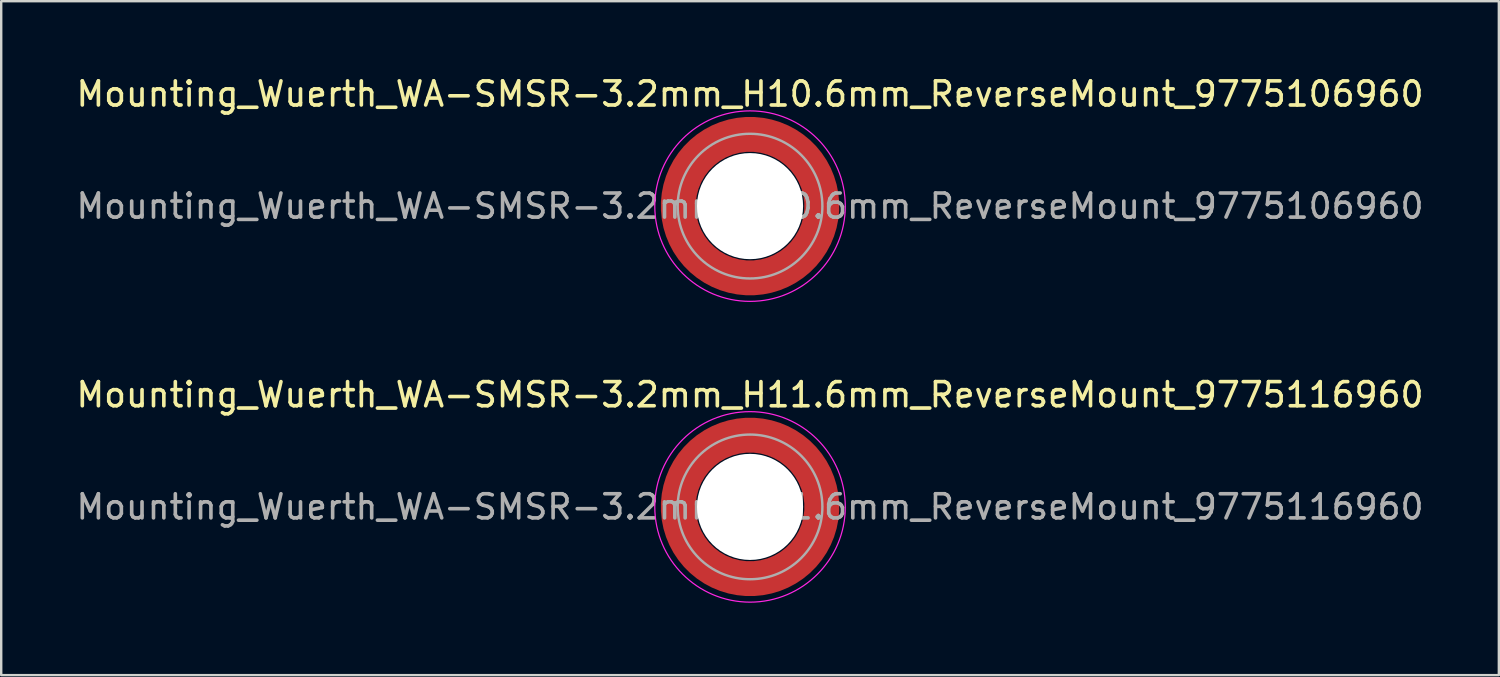
<source format=kicad_pcb>
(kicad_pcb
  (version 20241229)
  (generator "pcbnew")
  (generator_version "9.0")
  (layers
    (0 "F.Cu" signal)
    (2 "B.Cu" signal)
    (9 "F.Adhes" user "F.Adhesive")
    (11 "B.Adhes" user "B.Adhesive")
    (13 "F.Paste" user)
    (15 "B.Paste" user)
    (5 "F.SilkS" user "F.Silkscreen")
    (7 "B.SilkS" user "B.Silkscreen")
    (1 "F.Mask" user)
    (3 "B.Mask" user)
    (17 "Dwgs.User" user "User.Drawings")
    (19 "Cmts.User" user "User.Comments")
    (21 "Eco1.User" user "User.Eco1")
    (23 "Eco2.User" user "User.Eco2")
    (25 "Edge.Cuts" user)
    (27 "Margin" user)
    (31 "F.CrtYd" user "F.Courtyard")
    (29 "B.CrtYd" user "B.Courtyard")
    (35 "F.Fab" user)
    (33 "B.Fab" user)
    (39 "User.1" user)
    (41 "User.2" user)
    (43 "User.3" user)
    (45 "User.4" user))
  (footprint "Mounting_Wuerth_WA-SMSR-3.2mm_H11.6mm_ReverseMount_9775116960"
    (layer "F.Cu")
    (at 28.054 17.971)
    (property "Reference" "Mounting_Wuerth_WA-SMSR-3.2mm_H11.6mm_ReverseMount_9775116960" (at 0 -4.65 0) (layer "F.SilkS") (effects (font (size 1 1) (thickness 0.15))))
    (attr smd)
    (fp_circle (center 0 0) (end 3.95 0) (stroke (width 0.05) (type solid)) (fill no) (layer "F.CrtYd"))
    (fp_circle (center 0 0) (end 3 0) (stroke (width 0.1) (type solid)) (fill no) (layer "F.Fab"))
    (fp_text user "${REFERENCE}" (at 0 0 0) (layer "F.Fab") (effects (font (size 1 1) (thickness 0.15))))
    (pad "" smd custom (at -2.095 -2.095) (size 0.945 0.945) (layers "F.Paste") (options (anchor circle)) (primitives (gr_arc (start -0.24231 1.594804) (mid 0.404104 0.405534) (end 1.592827 -0.241886) (width 0.2)) (gr_arc (start -0.3398 1.594804) (mid 0.335987 0.338711) (end 1.591031 -0.339022) (width 0.2)) (gr_arc (start -0.437132 1.594804) (mid 0.268952 0.270807) (end 1.592231 -0.436623) (width 0.2)) (gr_arc (start -0.534324 1.594804) (mid 0.201345 0.203474) (end 1.591846 -0.53376) (width 0.2)) (gr_arc (start -0.631391 1.594804) (mid 0.134696 0.135183) (end 1.594126 -0.631267) (width 0.2)) (gr_arc (start -0.728345 1.594804) (mid 0.067234 0.067705) (end 1.594149 -0.728229) (width 0.2)) (gr_arc (start -0.825197 1.594804) (mid -0.001218 0.001219) (end 1.591408 -0.824614) (width 0.2)) (gr_arc (start -0.921958 1.594804) (mid -0.068952 -0.065985) (end 1.590665 -0.921269) (width 0.2)) (gr_arc (start -1.018637 1.594804) (mid -0.135972 -0.133907) (end 1.59192 -1.018172) (width 0.2)) (gr_arc (start -1.115239 1.594804) (mid -0.20428 -0.200537) (end 1.589574 -1.11442) (width 0.2)) (gr_arc (start -1.211773 1.594804) (mid -0.26993 -0.269828) (end 1.594662 -1.211751) (width 0.2)) (gr_arc (start -1.308244 1.594804) (mid -0.33911 -0.335587) (end 1.589875 -1.307516) (width 0.2)) (gr_arc (start -1.404657 1.594804) (mid -0.405633 -0.404004) (end 1.592524 -1.404331) (width 0.2)) (gr_arc (start -1.404657 1.594804) (mid -0.405633 -0.404004) (end 1.592524 -1.404331) (width 0.2)) (gr_line (start 1.595 -0.242) (end 1.595 -1.405) (width 0.2)) (gr_line (start -0.242 1.595) (end -1.405 1.595) (width 0.2))))
    (pad "" smd custom (at -2.095 2.095) (size 0.945 0.945) (layers "F.Paste") (options (anchor circle)) (primitives (gr_arc (start 1.594804 0.24231) (mid 0.405534 -0.404104) (end -0.241886 -1.592827) (width 0.2)) (gr_arc (start 1.594804 0.3398) (mid 0.338711 -0.335987) (end -0.339022 -1.591031) (width 0.2)) (gr_arc (start 1.594804 0.437132) (mid 0.270807 -0.268952) (end -0.436623 -1.592231) (width 0.2)) (gr_arc (start 1.594804 0.534324) (mid 0.203474 -0.201345) (end -0.53376 -1.591846) (width 0.2)) (gr_arc (start 1.594804 0.631391) (mid 0.135183 -0.134696) (end -0.631267 -1.594126) (width 0.2)) (gr_arc (start 1.594804 0.728345) (mid 0.067705 -0.067234) (end -0.728229 -1.594149) (width 0.2)) (gr_arc (start 1.594804 0.825197) (mid 0.001219 0.001218) (end -0.824614 -1.591408) (width 0.2)) (gr_arc (start 1.594804 0.921958) (mid -0.065985 0.068952) (end -0.921269 -1.590665) (width 0.2)) (gr_arc (start 1.594804 1.018637) (mid -0.133907 0.135972) (end -1.018172 -1.59192) (width 0.2)) (gr_arc (start 1.594804 1.115239) (mid -0.200537 0.20428) (end -1.11442 -1.589574) (width 0.2)) (gr_arc (start 1.594804 1.211773) (mid -0.269828 0.26993) (end -1.211751 -1.594662) (width 0.2)) (gr_arc (start 1.594804 1.308244) (mid -0.335587 0.33911) (end -1.307516 -1.589875) (width 0.2)) (gr_arc (start 1.594804 1.404657) (mid -0.404004 0.405633) (end -1.404331 -1.592524) (width 0.2)) (gr_arc (start 1.594804 1.404657) (mid -0.404004 0.405633) (end -1.404331 -1.592524) (width 0.2)) (gr_line (start -0.242 -1.595) (end -1.405 -1.595) (width 0.2)) (gr_line (start 1.595 0.242) (end 1.595 1.405) (width 0.2))))
    (pad "" np_thru_hole circle (at 0 0) (size 4.4 4.4) (drill 4.4) (layers "*.Cu" "*.Mask"))
    (pad "" smd custom (at 2.095 -2.095) (size 0.945 0.945) (layers "F.Paste") (options (anchor circle)) (primitives (gr_arc (start -1.594804 -0.24231) (mid -0.405534 0.404104) (end 0.241886 1.592827) (width 0.2)) (gr_arc (start -1.594804 -0.3398) (mid -0.338711 0.335987) (end 0.339022 1.591031) (width 0.2)) (gr_arc (start -1.594804 -0.437132) (mid -0.270807 0.268952) (end 0.436623 1.592231) (width 0.2)) (gr_arc (start -1.594804 -0.534324) (mid -0.203474 0.201345) (end 0.53376 1.591846) (width 0.2)) (gr_arc (start -1.594804 -0.631391) (mid -0.135183 0.134696) (end 0.631267 1.594126) (width 0.2)) (gr_arc (start -1.594804 -0.728345) (mid -0.067705 0.067234) (end 0.728229 1.594149) (width 0.2)) (gr_arc (start -1.594804 -0.825197) (mid -0.001219 -0.001218) (end 0.824614 1.591408) (width 0.2)) (gr_arc (start -1.594804 -0.921958) (mid 0.065985 -0.068952) (end 0.921269 1.590665) (width 0.2)) (gr_arc (start -1.594804 -1.018637) (mid 0.133907 -0.135972) (end 1.018172 1.59192) (width 0.2)) (gr_arc (start -1.594804 -1.115239) (mid 0.200537 -0.20428) (end 1.11442 1.589574) (width 0.2)) (gr_arc (start -1.594804 -1.211773) (mid 0.269828 -0.26993) (end 1.211751 1.594662) (width 0.2)) (gr_arc (start -1.594804 -1.308244) (mid 0.335587 -0.33911) (end 1.307516 1.589875) (width 0.2)) (gr_arc (start -1.594804 -1.404657) (mid 0.404004 -0.405633) (end 1.404331 1.592524) (width 0.2)) (gr_arc (start -1.594804 -1.404657) (mid 0.404004 -0.405633) (end 1.404331 1.592524) (width 0.2)) (gr_line (start 0.242 1.595) (end 1.405 1.595) (width 0.2)) (gr_line (start -1.595 -0.242) (end -1.595 -1.405) (width 0.2))))
    (pad "" smd custom (at 2.095 2.095) (size 0.945 0.945) (layers "F.Paste") (options (anchor circle)) (primitives (gr_arc (start 0.24231 -1.594804) (mid -0.404104 -0.405534) (end -1.592827 0.241886) (width 0.2)) (gr_arc (start 0.3398 -1.594804) (mid -0.335987 -0.338711) (end -1.591031 0.339022) (width 0.2)) (gr_arc (start 0.437132 -1.594804) (mid -0.268952 -0.270807) (end -1.592231 0.436623) (width 0.2)) (gr_arc (start 0.534324 -1.594804) (mid -0.201345 -0.203474) (end -1.591846 0.53376) (width 0.2)) (gr_arc (start 0.631391 -1.594804) (mid -0.134696 -0.135183) (end -1.594126 0.631267) (width 0.2)) (gr_arc (start 0.728345 -1.594804) (mid -0.067234 -0.067705) (end -1.594149 0.728229) (width 0.2)) (gr_arc (start 0.825197 -1.594804) (mid 0.001218 -0.001219) (end -1.591408 0.824614) (width 0.2)) (gr_arc (start 0.921958 -1.594804) (mid 0.068952 0.065985) (end -1.590665 0.921269) (width 0.2)) (gr_arc (start 1.018637 -1.594804) (mid 0.135972 0.133907) (end -1.59192 1.018172) (width 0.2)) (gr_arc (start 1.115239 -1.594804) (mid 0.20428 0.200537) (end -1.589574 1.11442) (width 0.2)) (gr_arc (start 1.211773 -1.594804) (mid 0.26993 0.269828) (end -1.594662 1.211751) (width 0.2)) (gr_arc (start 1.308244 -1.594804) (mid 0.33911 0.335587) (end -1.589875 1.307516) (width 0.2)) (gr_arc (start 1.404657 -1.594804) (mid 0.405633 0.404004) (end -1.592524 1.404331) (width 0.2)) (gr_arc (start 1.404657 -1.594804) (mid 0.405633 0.404004) (end -1.592524 1.404331) (width 0.2)) (gr_line (start -1.595 0.242) (end -1.595 1.405) (width 0.2)) (gr_line (start 0.242 -1.595) (end 1.405 -1.595) (width 0.2))))
    (pad "1" smd circle (at -2.975 0) (size 1.05 1.05) (layers "F.Cu"))
    (pad "1" smd circle (at 0 -2.975) (size 1.05 1.05) (layers "F.Cu"))
    (pad "1" smd circle (at 0 2.975) (size 1.05 1.05) (layers "F.Cu"))
    (pad "1" smd custom (at 2.975 0) (size 1.05 1.05) (layers "F.Cu" "F.Mask") (options (anchor circle)) (primitives (gr_circle (center -2.975 0) (end 0 0) (width 1.45) (fill no)))))
  (footprint "Mounting_Wuerth_WA-SMSR-3.2mm_H10.6mm_ReverseMount_9775106960"
    (layer "F.Cu")
    (at 28.054 5.498)
    (property "Reference" "Mounting_Wuerth_WA-SMSR-3.2mm_H10.6mm_ReverseMount_9775106960" (at 0 -4.65 0) (layer "F.SilkS") (effects (font (size 1 1) (thickness 0.15))))
    (attr smd)
    (fp_circle (center 0 0) (end 3.95 0) (stroke (width 0.05) (type solid)) (fill no) (layer "F.CrtYd"))
    (fp_circle (center 0 0) (end 3 0) (stroke (width 0.1) (type solid)) (fill no) (layer "F.Fab"))
    (fp_text user "${REFERENCE}" (at 0 0 0) (layer "F.Fab") (effects (font (size 1 1) (thickness 0.15))))
    (pad "" smd custom (at -2.095 -2.095) (size 0.945 0.945) (layers "F.Paste") (options (anchor circle)) (primitives (gr_arc (start -0.24231 1.594804) (mid 0.404104 0.405534) (end 1.592827 -0.241886) (width 0.2)) (gr_arc (start -0.3398 1.594804) (mid 0.335987 0.338711) (end 1.591031 -0.339022) (width 0.2)) (gr_arc (start -0.437132 1.594804) (mid 0.268952 0.270807) (end 1.592231 -0.436623) (width 0.2)) (gr_arc (start -0.534324 1.594804) (mid 0.201345 0.203474) (end 1.591846 -0.53376) (width 0.2)) (gr_arc (start -0.631391 1.594804) (mid 0.134696 0.135183) (end 1.594126 -0.631267) (width 0.2)) (gr_arc (start -0.728345 1.594804) (mid 0.067234 0.067705) (end 1.594149 -0.728229) (width 0.2)) (gr_arc (start -0.825197 1.594804) (mid -0.001218 0.001219) (end 1.591408 -0.824614) (width 0.2)) (gr_arc (start -0.921958 1.594804) (mid -0.068952 -0.065985) (end 1.590665 -0.921269) (width 0.2)) (gr_arc (start -1.018637 1.594804) (mid -0.135972 -0.133907) (end 1.59192 -1.018172) (width 0.2)) (gr_arc (start -1.115239 1.594804) (mid -0.20428 -0.200537) (end 1.589574 -1.11442) (width 0.2)) (gr_arc (start -1.211773 1.594804) (mid -0.26993 -0.269828) (end 1.594662 -1.211751) (width 0.2)) (gr_arc (start -1.308244 1.594804) (mid -0.33911 -0.335587) (end 1.589875 -1.307516) (width 0.2)) (gr_arc (start -1.404657 1.594804) (mid -0.405633 -0.404004) (end 1.592524 -1.404331) (width 0.2)) (gr_arc (start -1.404657 1.594804) (mid -0.405633 -0.404004) (end 1.592524 -1.404331) (width 0.2)) (gr_line (start 1.595 -0.242) (end 1.595 -1.405) (width 0.2)) (gr_line (start -0.242 1.595) (end -1.405 1.595) (width 0.2))))
    (pad "" smd custom (at -2.095 2.095) (size 0.945 0.945) (layers "F.Paste") (options (anchor circle)) (primitives (gr_arc (start 1.594804 0.24231) (mid 0.405534 -0.404104) (end -0.241886 -1.592827) (width 0.2)) (gr_arc (start 1.594804 0.3398) (mid 0.338711 -0.335987) (end -0.339022 -1.591031) (width 0.2)) (gr_arc (start 1.594804 0.437132) (mid 0.270807 -0.268952) (end -0.436623 -1.592231) (width 0.2)) (gr_arc (start 1.594804 0.534324) (mid 0.203474 -0.201345) (end -0.53376 -1.591846) (width 0.2)) (gr_arc (start 1.594804 0.631391) (mid 0.135183 -0.134696) (end -0.631267 -1.594126) (width 0.2)) (gr_arc (start 1.594804 0.728345) (mid 0.067705 -0.067234) (end -0.728229 -1.594149) (width 0.2)) (gr_arc (start 1.594804 0.825197) (mid 0.001219 0.001218) (end -0.824614 -1.591408) (width 0.2)) (gr_arc (start 1.594804 0.921958) (mid -0.065985 0.068952) (end -0.921269 -1.590665) (width 0.2)) (gr_arc (start 1.594804 1.018637) (mid -0.133907 0.135972) (end -1.018172 -1.59192) (width 0.2)) (gr_arc (start 1.594804 1.115239) (mid -0.200537 0.20428) (end -1.11442 -1.589574) (width 0.2)) (gr_arc (start 1.594804 1.211773) (mid -0.269828 0.26993) (end -1.211751 -1.594662) (width 0.2)) (gr_arc (start 1.594804 1.308244) (mid -0.335587 0.33911) (end -1.307516 -1.589875) (width 0.2)) (gr_arc (start 1.594804 1.404657) (mid -0.404004 0.405633) (end -1.404331 -1.592524) (width 0.2)) (gr_arc (start 1.594804 1.404657) (mid -0.404004 0.405633) (end -1.404331 -1.592524) (width 0.2)) (gr_line (start -0.242 -1.595) (end -1.405 -1.595) (width 0.2)) (gr_line (start 1.595 0.242) (end 1.595 1.405) (width 0.2))))
    (pad "" np_thru_hole circle (at 0 0) (size 4.4 4.4) (drill 4.4) (layers "*.Cu" "*.Mask"))
    (pad "" smd custom (at 2.095 -2.095) (size 0.945 0.945) (layers "F.Paste") (options (anchor circle)) (primitives (gr_arc (start -1.594804 -0.24231) (mid -0.405534 0.404104) (end 0.241886 1.592827) (width 0.2)) (gr_arc (start -1.594804 -0.3398) (mid -0.338711 0.335987) (end 0.339022 1.591031) (width 0.2)) (gr_arc (start -1.594804 -0.437132) (mid -0.270807 0.268952) (end 0.436623 1.592231) (width 0.2)) (gr_arc (start -1.594804 -0.534324) (mid -0.203474 0.201345) (end 0.53376 1.591846) (width 0.2)) (gr_arc (start -1.594804 -0.631391) (mid -0.135183 0.134696) (end 0.631267 1.594126) (width 0.2)) (gr_arc (start -1.594804 -0.728345) (mid -0.067705 0.067234) (end 0.728229 1.594149) (width 0.2)) (gr_arc (start -1.594804 -0.825197) (mid -0.001219 -0.001218) (end 0.824614 1.591408) (width 0.2)) (gr_arc (start -1.594804 -0.921958) (mid 0.065985 -0.068952) (end 0.921269 1.590665) (width 0.2)) (gr_arc (start -1.594804 -1.018637) (mid 0.133907 -0.135972) (end 1.018172 1.59192) (width 0.2)) (gr_arc (start -1.594804 -1.115239) (mid 0.200537 -0.20428) (end 1.11442 1.589574) (width 0.2)) (gr_arc (start -1.594804 -1.211773) (mid 0.269828 -0.26993) (end 1.211751 1.594662) (width 0.2)) (gr_arc (start -1.594804 -1.308244) (mid 0.335587 -0.33911) (end 1.307516 1.589875) (width 0.2)) (gr_arc (start -1.594804 -1.404657) (mid 0.404004 -0.405633) (end 1.404331 1.592524) (width 0.2)) (gr_arc (start -1.594804 -1.404657) (mid 0.404004 -0.405633) (end 1.404331 1.592524) (width 0.2)) (gr_line (start 0.242 1.595) (end 1.405 1.595) (width 0.2)) (gr_line (start -1.595 -0.242) (end -1.595 -1.405) (width 0.2))))
    (pad "" smd custom (at 2.095 2.095) (size 0.945 0.945) (layers "F.Paste") (options (anchor circle)) (primitives (gr_arc (start 0.24231 -1.594804) (mid -0.404104 -0.405534) (end -1.592827 0.241886) (width 0.2)) (gr_arc (start 0.3398 -1.594804) (mid -0.335987 -0.338711) (end -1.591031 0.339022) (width 0.2)) (gr_arc (start 0.437132 -1.594804) (mid -0.268952 -0.270807) (end -1.592231 0.436623) (width 0.2)) (gr_arc (start 0.534324 -1.594804) (mid -0.201345 -0.203474) (end -1.591846 0.53376) (width 0.2)) (gr_arc (start 0.631391 -1.594804) (mid -0.134696 -0.135183) (end -1.594126 0.631267) (width 0.2)) (gr_arc (start 0.728345 -1.594804) (mid -0.067234 -0.067705) (end -1.594149 0.728229) (width 0.2)) (gr_arc (start 0.825197 -1.594804) (mid 0.001218 -0.001219) (end -1.591408 0.824614) (width 0.2)) (gr_arc (start 0.921958 -1.594804) (mid 0.068952 0.065985) (end -1.590665 0.921269) (width 0.2)) (gr_arc (start 1.018637 -1.594804) (mid 0.135972 0.133907) (end -1.59192 1.018172) (width 0.2)) (gr_arc (start 1.115239 -1.594804) (mid 0.20428 0.200537) (end -1.589574 1.11442) (width 0.2)) (gr_arc (start 1.211773 -1.594804) (mid 0.26993 0.269828) (end -1.594662 1.211751) (width 0.2)) (gr_arc (start 1.308244 -1.594804) (mid 0.33911 0.335587) (end -1.589875 1.307516) (width 0.2)) (gr_arc (start 1.404657 -1.594804) (mid 0.405633 0.404004) (end -1.592524 1.404331) (width 0.2)) (gr_arc (start 1.404657 -1.594804) (mid 0.405633 0.404004) (end -1.592524 1.404331) (width 0.2)) (gr_line (start -1.595 0.242) (end -1.595 1.405) (width 0.2)) (gr_line (start 0.242 -1.595) (end 1.405 -1.595) (width 0.2))))
    (pad "1" smd circle (at -2.975 0) (size 1.05 1.05) (layers "F.Cu"))
    (pad "1" smd circle (at 0 -2.975) (size 1.05 1.05) (layers "F.Cu"))
    (pad "1" smd circle (at 0 2.975) (size 1.05 1.05) (layers "F.Cu"))
    (pad "1" smd custom (at 2.975 0) (size 1.05 1.05) (layers "F.Cu" "F.Mask") (options (anchor circle)) (primitives (gr_circle (center -2.975 0) (end 0 0) (width 1.45) (fill no)))))
  (gr_rect
    (start -3 -3)
    (end 59.107 24.947)
    (stroke (width 0.1) (type default))
    (fill no)
    (layer "Edge.Cuts")))
</source>
